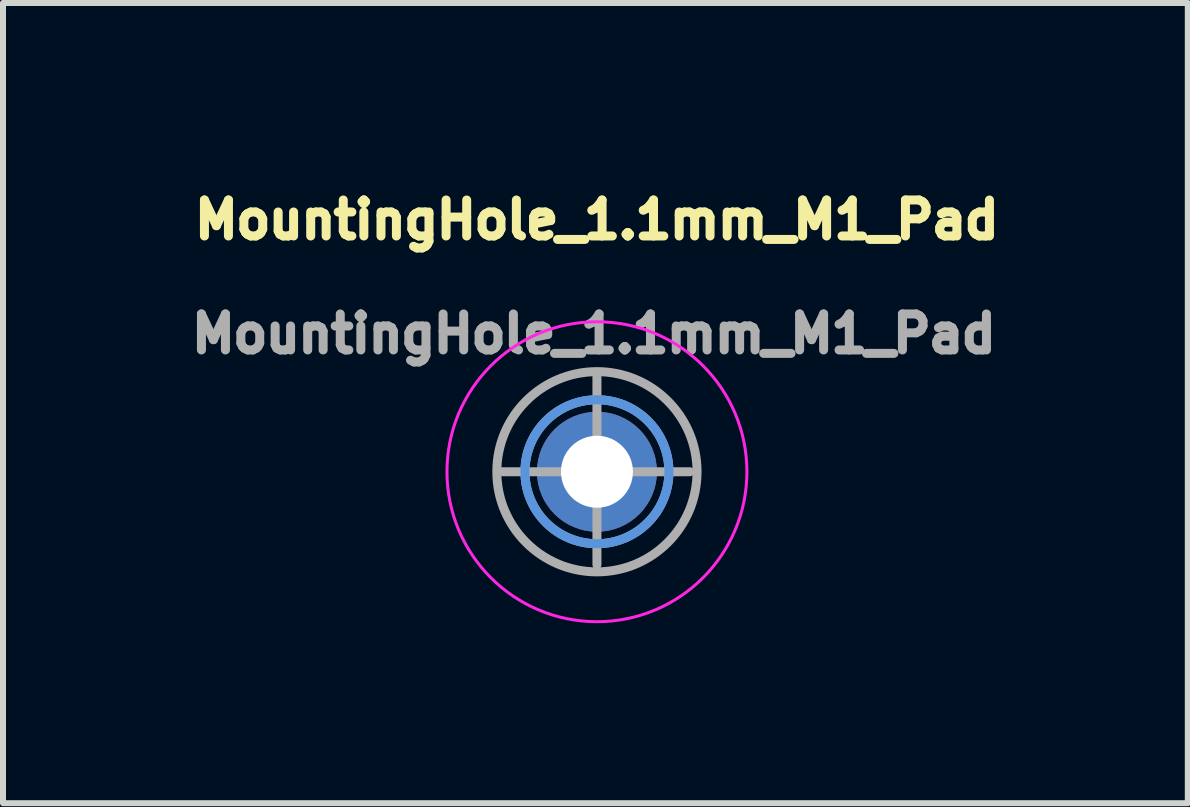
<source format=kicad_pcb>
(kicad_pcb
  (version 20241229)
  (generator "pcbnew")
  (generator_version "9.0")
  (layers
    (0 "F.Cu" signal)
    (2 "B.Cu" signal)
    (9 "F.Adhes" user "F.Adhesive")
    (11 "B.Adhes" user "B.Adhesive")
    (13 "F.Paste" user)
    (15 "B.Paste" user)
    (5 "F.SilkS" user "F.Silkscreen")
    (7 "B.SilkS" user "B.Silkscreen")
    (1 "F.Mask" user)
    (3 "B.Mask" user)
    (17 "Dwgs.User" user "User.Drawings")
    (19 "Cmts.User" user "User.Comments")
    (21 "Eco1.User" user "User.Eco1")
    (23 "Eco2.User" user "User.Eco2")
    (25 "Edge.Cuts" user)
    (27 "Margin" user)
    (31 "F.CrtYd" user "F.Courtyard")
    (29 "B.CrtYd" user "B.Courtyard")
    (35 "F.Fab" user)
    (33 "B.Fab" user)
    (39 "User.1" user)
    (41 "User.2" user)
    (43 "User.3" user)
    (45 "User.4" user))
  (footprint "MountingHole_1.1mm_M1_Pad"
    (layer "F.Cu")
    (at 6.901 4.814)
    (property "Reference" "MountingHole_1.1mm_M1_Pad" (at 0 -4.2 0) (layer "F.SilkS") (effects (font (size 0.6 0.6) (thickness 0.15))))
    (attr exclude_from_pos_files exclude_from_bom)
    (fp_circle (center 0 0) (end 1.2 0) (stroke (width 0.15) (type solid)) (fill no) (layer "Cmts.User"))
    (fp_circle (center 0 0) (end 2.5 0) (stroke (width 0.05) (type solid)) (fill no) (layer "F.CrtYd"))
    (fp_line (start -1.6 0) (end 1.55 0) (stroke (width 0.15) (type solid)) (layer "F.Fab"))
    (fp_line (start 0 1.55) (end 0 -1.6) (stroke (width 0.15) (type solid)) (layer "F.Fab"))
    (fp_circle (center 0 0) (end 1.2 0) (stroke (width 0.15) (type solid)) (fill no) (layer "F.Fab"))
    (fp_circle (center 0 0) (end 1.65 0.25) (stroke (width 0.15) (type solid)) (fill no) (layer "F.Fab"))
    (fp_text user "${REFERENCE}" (at -0.05 -2.3 0) (layer "F.Fab") (effects (font (size 0.6 0.6) (thickness 0.15))))
    (pad "1" thru_hole circle (at 0 0) (size 2 2) (drill 1.2) (layers "*.Cu" "*.Mask")))
  (gr_rect
    (start -3 -3)
    (end 16.751 10.339)
    (stroke (width 0.1) (type default))
    (fill no)
    (layer "Edge.Cuts")))
</source>
